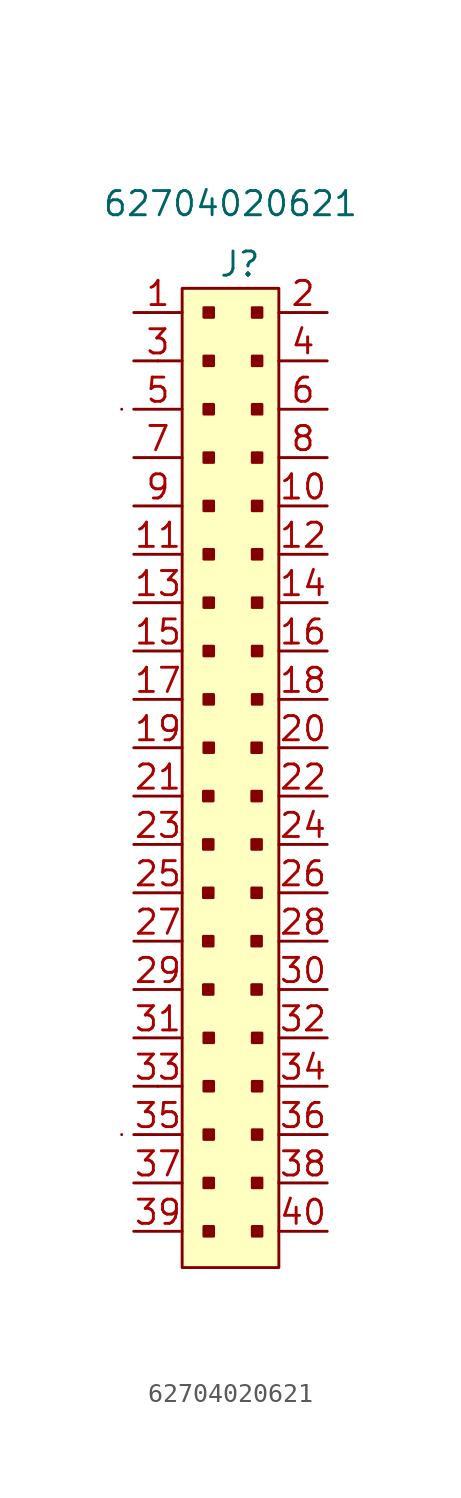
<source format=kicad_sym>
(kicad_symbol_lib
  (version 20211014)
  (generator kicad_symbol_editor)
  (symbol "62704020621"
    (pin_names
      (offset 1.016))
    (property "Reference" "J"
      (at -0.635 26.67 0)
      (effects (font (size 1.27 1.27)) (justify left)))
    (property "Value" "62704020621"
      (at 0 29.845 0)
      (effects (font (size 1.27 1.27))))
    (symbol "62704020621_0_1"
      (rectangle (start -5.715 -19.05) (end -5.715 -19.05) (stroke (width 0) (type default) (color 0 0 0 0)) (fill (type none)))
      (rectangle (start -5.715 19.05) (end -5.715 19.05) (stroke (width 0) (type default) (color 0 0 0 0)) (fill (type none)))
      (rectangle (start -3.81 -16.51) (end -3.81 -16.51) (stroke (width 0) (type default) (color 0 0 0 0)) (fill (type none)))
      (rectangle (start -3.81 21.59) (end -3.81 21.59) (stroke (width 0) (type default) (color 0 0 0 0)) (fill (type none)))
      (rectangle (start -2.54 25.4) (end 2.54 -26.035) (stroke (width 0) (type default) (color 0 0 0 0)) (fill (type background))))
    (symbol "62704020621_1_1"
      (rectangle (start -0.914 -11.684) (end -1.422 -11.176) (stroke (width 0) (type default) (color 0 0 0 0)) (fill (type outline)))
      (rectangle (start -0.914 -9.144) (end -1.422 -8.636) (stroke (width 0) (type default) (color 0 0 0 0)) (fill (type outline)))
      (rectangle (start -0.914 -6.604) (end -1.422 -6.096) (stroke (width 0) (type default) (color 0 0 0 0)) (fill (type outline)))
      (rectangle (start -0.914 -4.064) (end -1.422 -3.556) (stroke (width 0) (type default) (color 0 0 0 0)) (fill (type outline)))
      (rectangle (start -0.914 -1.524) (end -1.422 -1.016) (stroke (width 0) (type default) (color 0 0 0 0)) (fill (type outline)))
      (rectangle (start -0.889 -24.384) (end -1.397 -23.876) (stroke (width 0) (type default) (color 0 0 0 0)) (fill (type outline)))
      (rectangle (start -0.889 -21.844) (end -1.397 -21.336) (stroke (width 0) (type default) (color 0 0 0 0)) (fill (type outline)))
      (rectangle (start -0.889 -19.304) (end -1.397 -18.796) (stroke (width 0) (type default) (color 0 0 0 0)) (fill (type outline)))
      (rectangle (start -0.889 -16.764) (end -1.397 -16.256) (stroke (width 0) (type default) (color 0 0 0 0)) (fill (type outline)))
      (rectangle (start -0.889 -14.224) (end -1.397 -13.716) (stroke (width 0) (type default) (color 0 0 0 0)) (fill (type outline)))
      (rectangle (start -0.889 1.016) (end -1.397 1.524) (stroke (width 0) (type default) (color 0 0 0 0)) (fill (type outline)))
      (rectangle (start -0.889 3.556) (end -1.397 4.064) (stroke (width 0) (type default) (color 0 0 0 0)) (fill (type outline)))
      (rectangle (start -0.889 6.096) (end -1.397 6.604) (stroke (width 0) (type default) (color 0 0 0 0)) (fill (type outline)))
      (rectangle (start -0.889 8.636) (end -1.397 9.144) (stroke (width 0) (type default) (color 0 0 0 0)) (fill (type outline)))
      (rectangle (start -0.889 11.176) (end -1.397 11.684) (stroke (width 0) (type default) (color 0 0 0 0)) (fill (type outline)))
      (rectangle (start -0.889 13.716) (end -1.397 14.224) (stroke (width 0) (type default) (color 0 0 0 0)) (fill (type outline)))
      (rectangle (start -0.889 16.256) (end -1.397 16.764) (stroke (width 0) (type default) (color 0 0 0 0)) (fill (type outline)))
      (rectangle (start -0.889 18.796) (end -1.397 19.304) (stroke (width 0) (type default) (color 0 0 0 0)) (fill (type outline)))
      (rectangle (start -0.889 21.336) (end -1.397 21.844) (stroke (width 0) (type default) (color 0 0 0 0)) (fill (type outline)))
      (rectangle (start -0.889 23.876) (end -1.397 24.384) (stroke (width 0) (type default) (color 0 0 0 0)) (fill (type outline)))
      (rectangle (start 1.626 -11.684) (end 1.118 -11.176) (stroke (width 0) (type default) (color 0 0 0 0)) (fill (type outline)))
      (rectangle (start 1.626 -9.144) (end 1.118 -8.636) (stroke (width 0) (type default) (color 0 0 0 0)) (fill (type outline)))
      (rectangle (start 1.626 -6.604) (end 1.118 -6.096) (stroke (width 0) (type default) (color 0 0 0 0)) (fill (type outline)))
      (rectangle (start 1.626 -4.064) (end 1.118 -3.556) (stroke (width 0) (type default) (color 0 0 0 0)) (fill (type outline)))
      (rectangle (start 1.626 -1.524) (end 1.118 -1.016) (stroke (width 0) (type default) (color 0 0 0 0)) (fill (type outline)))
      (rectangle (start 1.626 1.016) (end 1.118 1.524) (stroke (width 0) (type default) (color 0 0 0 0)) (fill (type outline)))
      (rectangle (start 1.651 -24.384) (end 1.143 -23.876) (stroke (width 0) (type default) (color 0 0 0 0)) (fill (type outline)))
      (rectangle (start 1.651 -21.844) (end 1.143 -21.336) (stroke (width 0) (type default) (color 0 0 0 0)) (fill (type outline)))
      (rectangle (start 1.651 -19.304) (end 1.143 -18.796) (stroke (width 0) (type default) (color 0 0 0 0)) (fill (type outline)))
      (rectangle (start 1.651 -16.764) (end 1.143 -16.256) (stroke (width 0) (type default) (color 0 0 0 0)) (fill (type outline)))
      (rectangle (start 1.651 -14.224) (end 1.143 -13.716) (stroke (width 0) (type default) (color 0 0 0 0)) (fill (type outline)))
      (rectangle (start 1.651 3.556) (end 1.143 4.064) (stroke (width 0) (type default) (color 0 0 0 0)) (fill (type outline)))
      (rectangle (start 1.651 6.096) (end 1.143 6.604) (stroke (width 0) (type default) (color 0 0 0 0)) (fill (type outline)))
      (rectangle (start 1.651 8.636) (end 1.143 9.144) (stroke (width 0) (type default) (color 0 0 0 0)) (fill (type outline)))
      (rectangle (start 1.651 11.176) (end 1.143 11.684) (stroke (width 0) (type default) (color 0 0 0 0)) (fill (type outline)))
      (rectangle (start 1.651 13.716) (end 1.143 14.224) (stroke (width 0) (type default) (color 0 0 0 0)) (fill (type outline)))
      (rectangle (start 1.651 16.256) (end 1.143 16.764) (stroke (width 0) (type default) (color 0 0 0 0)) (fill (type outline)))
      (rectangle (start 1.651 18.796) (end 1.143 19.304) (stroke (width 0) (type default) (color 0 0 0 0)) (fill (type outline)))
      (rectangle (start 1.651 21.336) (end 1.143 21.844) (stroke (width 0) (type default) (color 0 0 0 0)) (fill (type outline)))
      (rectangle (start 1.651 23.876) (end 1.143 24.384) (stroke (width 0) (type default) (color 0 0 0 0)) (fill (type outline)))
      (pin passive line (at -5.08 24.13 0) (length 2.54) (name "~" (effects (font (size 1.27 1.27)))) (number "1" (effects (font (size 1.27 1.27)))))
      (pin passive line (at 5.08 13.97 180) (length 2.54) (name "~" (effects (font (size 1.27 1.27)))) (number "10" (effects (font (size 1.27 1.27)))))
      (pin passive line (at -5.08 11.43 0) (length 2.54) (name "~" (effects (font (size 1.27 1.27)))) (number "11" (effects (font (size 1.27 1.27)))))
      (pin passive line (at 5.08 11.43 180) (length 2.54) (name "~" (effects (font (size 1.27 1.27)))) (number "12" (effects (font (size 1.27 1.27)))))
      (pin passive line (at -5.08 8.89 0) (length 2.54) (name "~" (effects (font (size 1.27 1.27)))) (number "13" (effects (font (size 1.27 1.27)))))
      (pin passive line (at 5.08 8.89 180) (length 2.54) (name "~" (effects (font (size 1.27 1.27)))) (number "14" (effects (font (size 1.27 1.27)))))
      (pin passive line (at -5.08 6.35 0) (length 2.54) (name "~" (effects (font (size 1.27 1.27)))) (number "15" (effects (font (size 1.27 1.27)))))
      (pin passive line (at 5.08 6.35 180) (length 2.54) (name "~" (effects (font (size 1.27 1.27)))) (number "16" (effects (font (size 1.27 1.27)))))
      (pin passive line (at -5.08 3.81 0) (length 2.54) (name "~" (effects (font (size 1.27 1.27)))) (number "17" (effects (font (size 1.27 1.27)))))
      (pin passive line (at 5.08 3.81 180) (length 2.54) (name "~" (effects (font (size 1.27 1.27)))) (number "18" (effects (font (size 1.27 1.27)))))
      (pin passive line (at -5.08 1.27 0) (length 2.54) (name "~" (effects (font (size 1.27 1.27)))) (number "19" (effects (font (size 1.27 1.27)))))
      (pin passive line (at 5.08 24.13 180) (length 2.54) (name "~" (effects (font (size 1.27 1.27)))) (number "2" (effects (font (size 1.27 1.27)))))
      (pin passive line (at 5.08 1.27 180) (length 2.54) (name "~" (effects (font (size 1.27 1.27)))) (number "20" (effects (font (size 1.27 1.27)))))
      (pin passive line (at -5.08 -1.27 0) (length 2.54) (name "~" (effects (font (size 1.27 1.27)))) (number "21" (effects (font (size 1.27 1.27)))))
      (pin passive line (at 5.08 -1.27 180) (length 2.54) (name "~" (effects (font (size 1.27 1.27)))) (number "22" (effects (font (size 1.27 1.27)))))
      (pin passive line (at -5.08 -3.81 0) (length 2.54) (name "~" (effects (font (size 1.27 1.27)))) (number "23" (effects (font (size 1.27 1.27)))))
      (pin passive line (at 5.08 -3.81 180) (length 2.54) (name "~" (effects (font (size 1.27 1.27)))) (number "24" (effects (font (size 1.27 1.27)))))
      (pin passive line (at -5.08 -6.35 0) (length 2.54) (name "~" (effects (font (size 1.27 1.27)))) (number "25" (effects (font (size 1.27 1.27)))))
      (pin passive line (at 5.08 -6.35 180) (length 2.54) (name "~" (effects (font (size 1.27 1.27)))) (number "26" (effects (font (size 1.27 1.27)))))
      (pin passive line (at -5.08 -8.89 0) (length 2.54) (name "~" (effects (font (size 1.27 1.27)))) (number "27" (effects (font (size 1.27 1.27)))))
      (pin passive line (at 5.08 -8.89 180) (length 2.54) (name "~" (effects (font (size 1.27 1.27)))) (number "28" (effects (font (size 1.27 1.27)))))
      (pin passive line (at -5.08 -11.43 0) (length 2.54) (name "~" (effects (font (size 1.27 1.27)))) (number "29" (effects (font (size 1.27 1.27)))))
      (pin passive line (at -5.08 21.59 0) (length 2.54) (name "~" (effects (font (size 1.27 1.27)))) (number "3" (effects (font (size 1.27 1.27)))))
      (pin passive line (at 5.08 -11.43 180) (length 2.54) (name "~" (effects (font (size 1.27 1.27)))) (number "30" (effects (font (size 1.27 1.27)))))
      (pin passive line (at -5.08 -13.97 0) (length 2.54) (name "~" (effects (font (size 1.27 1.27)))) (number "31" (effects (font (size 1.27 1.27)))))
      (pin passive line (at 5.08 -13.97 180) (length 2.54) (name "~" (effects (font (size 1.27 1.27)))) (number "32" (effects (font (size 1.27 1.27)))))
      (pin passive line (at -5.08 -16.51 0) (length 2.54) (name "~" (effects (font (size 1.27 1.27)))) (number "33" (effects (font (size 1.27 1.27)))))
      (pin passive line (at 5.08 -16.51 180) (length 2.54) (name "~" (effects (font (size 1.27 1.27)))) (number "34" (effects (font (size 1.27 1.27)))))
      (pin passive line (at -5.08 -19.05 0) (length 2.54) (name "~" (effects (font (size 1.27 1.27)))) (number "35" (effects (font (size 1.27 1.27)))))
      (pin passive line (at 5.08 -19.05 180) (length 2.54) (name "~" (effects (font (size 1.27 1.27)))) (number "36" (effects (font (size 1.27 1.27)))))
      (pin passive line (at -5.08 -21.59 0) (length 2.54) (name "~" (effects (font (size 1.27 1.27)))) (number "37" (effects (font (size 1.27 1.27)))))
      (pin passive line (at 5.08 -21.59 180) (length 2.54) (name "~" (effects (font (size 1.27 1.27)))) (number "38" (effects (font (size 1.27 1.27)))))
      (pin passive line (at -5.08 -24.13 0) (length 2.54) (name "~" (effects (font (size 1.27 1.27)))) (number "39" (effects (font (size 1.27 1.27)))))
      (pin passive line (at 5.08 21.59 180) (length 2.54) (name "~" (effects (font (size 1.27 1.27)))) (number "4" (effects (font (size 1.27 1.27)))))
      (pin passive line (at 5.08 -24.13 180) (length 2.54) (name "~" (effects (font (size 1.27 1.27)))) (number "40" (effects (font (size 1.27 1.27)))))
      (pin passive line (at -5.08 19.05 0) (length 2.54) (name "~" (effects (font (size 1.27 1.27)))) (number "5" (effects (font (size 1.27 1.27)))))
      (pin passive line (at 5.08 19.05 180) (length 2.54) (name "~" (effects (font (size 1.27 1.27)))) (number "6" (effects (font (size 1.27 1.27)))))
      (pin passive line (at -5.08 16.51 0) (length 2.54) (name "~" (effects (font (size 1.27 1.27)))) (number "7" (effects (font (size 1.27 1.27)))))
      (pin passive line (at 5.08 16.51 180) (length 2.54) (name "~" (effects (font (size 1.27 1.27)))) (number "8" (effects (font (size 1.27 1.27)))))
      (pin passive line (at -5.08 13.97 0) (length 2.54) (name "~" (effects (font (size 1.27 1.27)))) (number "9" (effects (font (size 1.27 1.27))))))))
</source>
